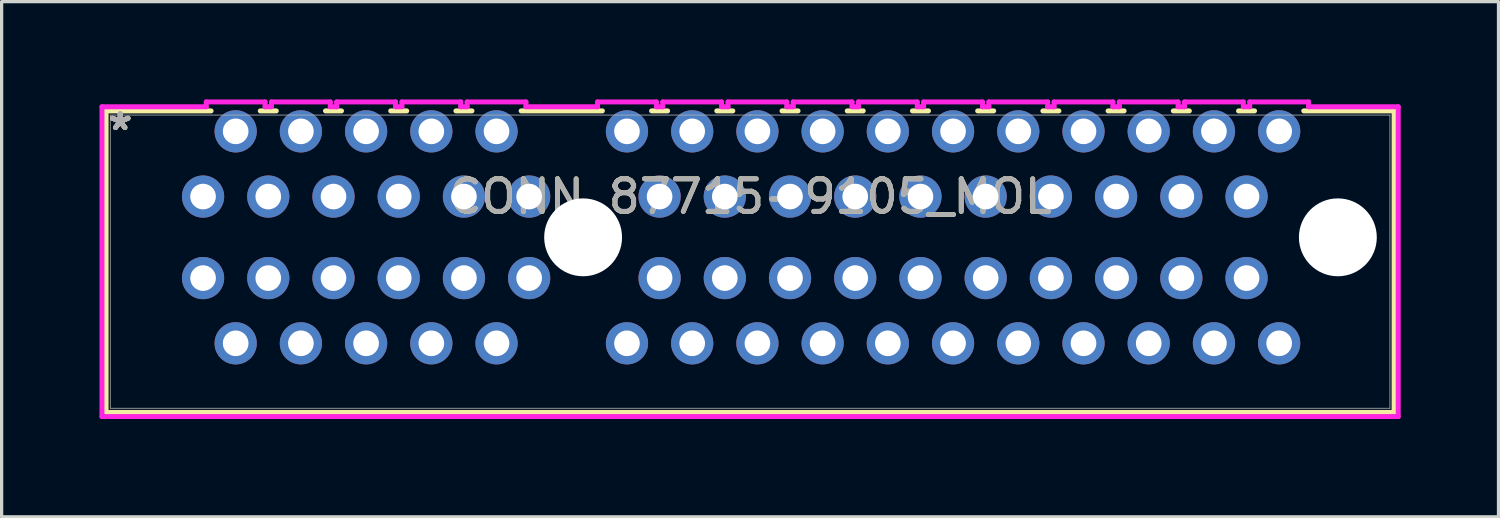
<source format=kicad_pcb>
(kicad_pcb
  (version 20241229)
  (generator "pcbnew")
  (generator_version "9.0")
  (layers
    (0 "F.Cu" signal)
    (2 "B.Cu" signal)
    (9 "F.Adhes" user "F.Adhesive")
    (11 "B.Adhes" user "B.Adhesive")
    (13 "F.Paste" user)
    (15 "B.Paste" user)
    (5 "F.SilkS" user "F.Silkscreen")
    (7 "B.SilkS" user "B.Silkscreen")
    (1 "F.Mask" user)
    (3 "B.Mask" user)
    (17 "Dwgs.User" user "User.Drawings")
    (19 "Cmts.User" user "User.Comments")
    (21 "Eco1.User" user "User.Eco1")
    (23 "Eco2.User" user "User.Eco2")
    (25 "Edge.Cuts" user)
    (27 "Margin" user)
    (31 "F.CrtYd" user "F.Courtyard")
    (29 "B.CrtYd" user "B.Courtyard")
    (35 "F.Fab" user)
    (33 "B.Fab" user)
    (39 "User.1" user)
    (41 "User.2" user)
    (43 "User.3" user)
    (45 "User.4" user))
  (footprint "CONN_87715-9105_MOL"
    (layer "F.Cu")
    (at 3.177 2.978)
    (property "Reference" "CONN_87715-9105_MOL" (at 16.775 0 0) (unlocked yes) (layer "F.SilkS") (effects (font (size 1 1) (thickness 0.15))))
    (attr through_hole)
    (fp_line (start -2.973 -2.627) (end -2.973 6.619) (stroke (width 0.152) (type solid)) (layer "F.SilkS"))
    (fp_line (start -2.973 6.619) (end 36.524 6.619) (stroke (width 0.152) (type solid)) (layer "F.SilkS"))
    (fp_line (start 0.246 -2.627) (end -2.973 -2.627) (stroke (width 0.152) (type solid)) (layer "F.SilkS"))
    (fp_line (start 2.246 -2.627) (end 1.754 -2.627) (stroke (width 0.152) (type solid)) (layer "F.SilkS"))
    (fp_line (start 4.246 -2.627) (end 3.754 -2.627) (stroke (width 0.152) (type solid)) (layer "F.SilkS"))
    (fp_line (start 6.246 -2.627) (end 5.754 -2.627) (stroke (width 0.152) (type solid)) (layer "F.SilkS"))
    (fp_line (start 8.246 -2.627) (end 7.754 -2.627) (stroke (width 0.152) (type solid)) (layer "F.SilkS"))
    (fp_line (start 12.246 -2.627) (end 9.754 -2.627) (stroke (width 0.152) (type solid)) (layer "F.SilkS"))
    (fp_line (start 14.246 -2.627) (end 13.754 -2.627) (stroke (width 0.152) (type solid)) (layer "F.SilkS"))
    (fp_line (start 16.246 -2.627) (end 15.754 -2.627) (stroke (width 0.152) (type solid)) (layer "F.SilkS"))
    (fp_line (start 18.246 -2.627) (end 17.754 -2.627) (stroke (width 0.152) (type solid)) (layer "F.SilkS"))
    (fp_line (start 20.246 -2.627) (end 19.754 -2.627) (stroke (width 0.152) (type solid)) (layer "F.SilkS"))
    (fp_line (start 22.246 -2.627) (end 21.754 -2.627) (stroke (width 0.152) (type solid)) (layer "F.SilkS"))
    (fp_line (start 24.246 -2.627) (end 23.754 -2.627) (stroke (width 0.152) (type solid)) (layer "F.SilkS"))
    (fp_line (start 26.246 -2.627) (end 25.754 -2.627) (stroke (width 0.152) (type solid)) (layer "F.SilkS"))
    (fp_line (start 28.246 -2.627) (end 27.754 -2.627) (stroke (width 0.152) (type solid)) (layer "F.SilkS"))
    (fp_line (start 30.246 -2.627) (end 29.754 -2.627) (stroke (width 0.152) (type solid)) (layer "F.SilkS"))
    (fp_line (start 32.246 -2.627) (end 31.754 -2.627) (stroke (width 0.152) (type solid)) (layer "F.SilkS"))
    (fp_line (start 36.524 -2.627) (end 33.754 -2.627) (stroke (width 0.152) (type solid)) (layer "F.SilkS"))
    (fp_line (start 36.524 6.619) (end 36.524 -2.627) (stroke (width 0.152) (type solid)) (layer "F.SilkS"))
    (fp_line (start -3.1 -2.754) (end -3.1 6.746) (stroke (width 0.152) (type solid)) (layer "F.CrtYd"))
    (fp_line (start -3.1 6.746) (end 36.651 6.746) (stroke (width 0.152) (type solid)) (layer "F.CrtYd"))
    (fp_line (start 0.098 -2.902) (end 0.098 -2.754) (stroke (width 0.152) (type solid)) (layer "F.CrtYd"))
    (fp_line (start 0.098 -2.754) (end -3.1 -2.754) (stroke (width 0.152) (type solid)) (layer "F.CrtYd"))
    (fp_line (start 1.902 -2.902) (end 0.098 -2.902) (stroke (width 0.152) (type solid)) (layer "F.CrtYd"))
    (fp_line (start 1.902 -2.754) (end 1.902 -2.902) (stroke (width 0.152) (type solid)) (layer "F.CrtYd"))
    (fp_line (start 2.098 -2.902) (end 2.098 -2.754) (stroke (width 0.152) (type solid)) (layer "F.CrtYd"))
    (fp_line (start 2.098 -2.754) (end 1.902 -2.754) (stroke (width 0.152) (type solid)) (layer "F.CrtYd"))
    (fp_line (start 3.902 -2.902) (end 2.098 -2.902) (stroke (width 0.152) (type solid)) (layer "F.CrtYd"))
    (fp_line (start 3.902 -2.754) (end 3.902 -2.902) (stroke (width 0.152) (type solid)) (layer "F.CrtYd"))
    (fp_line (start 4.098 -2.902) (end 4.098 -2.754) (stroke (width 0.152) (type solid)) (layer "F.CrtYd"))
    (fp_line (start 4.098 -2.754) (end 3.902 -2.754) (stroke (width 0.152) (type solid)) (layer "F.CrtYd"))
    (fp_line (start 5.902 -2.902) (end 4.098 -2.902) (stroke (width 0.152) (type solid)) (layer "F.CrtYd"))
    (fp_line (start 5.902 -2.754) (end 5.902 -2.902) (stroke (width 0.152) (type solid)) (layer "F.CrtYd"))
    (fp_line (start 6.098 -2.902) (end 6.098 -2.754) (stroke (width 0.152) (type solid)) (layer "F.CrtYd"))
    (fp_line (start 6.098 -2.754) (end 5.902 -2.754) (stroke (width 0.152) (type solid)) (layer "F.CrtYd"))
    (fp_line (start 7.902 -2.902) (end 6.098 -2.902) (stroke (width 0.152) (type solid)) (layer "F.CrtYd"))
    (fp_line (start 7.902 -2.754) (end 7.902 -2.902) (stroke (width 0.152) (type solid)) (layer "F.CrtYd"))
    (fp_line (start 8.098 -2.902) (end 8.098 -2.754) (stroke (width 0.152) (type solid)) (layer "F.CrtYd"))
    (fp_line (start 8.098 -2.754) (end 7.902 -2.754) (stroke (width 0.152) (type solid)) (layer "F.CrtYd"))
    (fp_line (start 9.902 -2.902) (end 8.098 -2.902) (stroke (width 0.152) (type solid)) (layer "F.CrtYd"))
    (fp_line (start 9.902 -2.754) (end 9.902 -2.902) (stroke (width 0.152) (type solid)) (layer "F.CrtYd"))
    (fp_line (start 12.098 -2.902) (end 12.098 -2.754) (stroke (width 0.152) (type solid)) (layer "F.CrtYd"))
    (fp_line (start 12.098 -2.754) (end 9.902 -2.754) (stroke (width 0.152) (type solid)) (layer "F.CrtYd"))
    (fp_line (start 13.902 -2.902) (end 12.098 -2.902) (stroke (width 0.152) (type solid)) (layer "F.CrtYd"))
    (fp_line (start 13.902 -2.754) (end 13.902 -2.902) (stroke (width 0.152) (type solid)) (layer "F.CrtYd"))
    (fp_line (start 14.098 -2.902) (end 14.098 -2.754) (stroke (width 0.152) (type solid)) (layer "F.CrtYd"))
    (fp_line (start 14.098 -2.754) (end 13.902 -2.754) (stroke (width 0.152) (type solid)) (layer "F.CrtYd"))
    (fp_line (start 15.902 -2.902) (end 14.098 -2.902) (stroke (width 0.152) (type solid)) (layer "F.CrtYd"))
    (fp_line (start 15.902 -2.754) (end 15.902 -2.902) (stroke (width 0.152) (type solid)) (layer "F.CrtYd"))
    (fp_line (start 16.098 -2.902) (end 16.098 -2.754) (stroke (width 0.152) (type solid)) (layer "F.CrtYd"))
    (fp_line (start 16.098 -2.754) (end 15.902 -2.754) (stroke (width 0.152) (type solid)) (layer "F.CrtYd"))
    (fp_line (start 17.902 -2.902) (end 16.098 -2.902) (stroke (width 0.152) (type solid)) (layer "F.CrtYd"))
    (fp_line (start 17.902 -2.754) (end 17.902 -2.902) (stroke (width 0.152) (type solid)) (layer "F.CrtYd"))
    (fp_line (start 18.098 -2.902) (end 18.098 -2.754) (stroke (width 0.152) (type solid)) (layer "F.CrtYd"))
    (fp_line (start 18.098 -2.754) (end 17.902 -2.754) (stroke (width 0.152) (type solid)) (layer "F.CrtYd"))
    (fp_line (start 19.902 -2.902) (end 18.098 -2.902) (stroke (width 0.152) (type solid)) (layer "F.CrtYd"))
    (fp_line (start 19.902 -2.754) (end 19.902 -2.902) (stroke (width 0.152) (type solid)) (layer "F.CrtYd"))
    (fp_line (start 20.098 -2.902) (end 20.098 -2.754) (stroke (width 0.152) (type solid)) (layer "F.CrtYd"))
    (fp_line (start 20.098 -2.754) (end 19.902 -2.754) (stroke (width 0.152) (type solid)) (layer "F.CrtYd"))
    (fp_line (start 21.902 -2.902) (end 20.098 -2.902) (stroke (width 0.152) (type solid)) (layer "F.CrtYd"))
    (fp_line (start 21.902 -2.754) (end 21.902 -2.902) (stroke (width 0.152) (type solid)) (layer "F.CrtYd"))
    (fp_line (start 22.098 -2.902) (end 22.098 -2.754) (stroke (width 0.152) (type solid)) (layer "F.CrtYd"))
    (fp_line (start 22.098 -2.754) (end 21.902 -2.754) (stroke (width 0.152) (type solid)) (layer "F.CrtYd"))
    (fp_line (start 23.902 -2.902) (end 22.098 -2.902) (stroke (width 0.152) (type solid)) (layer "F.CrtYd"))
    (fp_line (start 23.902 -2.754) (end 23.902 -2.902) (stroke (width 0.152) (type solid)) (layer "F.CrtYd"))
    (fp_line (start 24.098 -2.902) (end 24.098 -2.754) (stroke (width 0.152) (type solid)) (layer "F.CrtYd"))
    (fp_line (start 24.098 -2.754) (end 23.902 -2.754) (stroke (width 0.152) (type solid)) (layer "F.CrtYd"))
    (fp_line (start 25.902 -2.902) (end 24.098 -2.902) (stroke (width 0.152) (type solid)) (layer "F.CrtYd"))
    (fp_line (start 25.902 -2.754) (end 25.902 -2.902) (stroke (width 0.152) (type solid)) (layer "F.CrtYd"))
    (fp_line (start 26.098 -2.902) (end 26.098 -2.754) (stroke (width 0.152) (type solid)) (layer "F.CrtYd"))
    (fp_line (start 26.098 -2.754) (end 25.902 -2.754) (stroke (width 0.152) (type solid)) (layer "F.CrtYd"))
    (fp_line (start 27.902 -2.902) (end 26.098 -2.902) (stroke (width 0.152) (type solid)) (layer "F.CrtYd"))
    (fp_line (start 27.902 -2.754) (end 27.902 -2.902) (stroke (width 0.152) (type solid)) (layer "F.CrtYd"))
    (fp_line (start 28.098 -2.902) (end 28.098 -2.754) (stroke (width 0.152) (type solid)) (layer "F.CrtYd"))
    (fp_line (start 28.098 -2.754) (end 27.902 -2.754) (stroke (width 0.152) (type solid)) (layer "F.CrtYd"))
    (fp_line (start 29.902 -2.902) (end 28.098 -2.902) (stroke (width 0.152) (type solid)) (layer "F.CrtYd"))
    (fp_line (start 29.902 -2.754) (end 29.902 -2.902) (stroke (width 0.152) (type solid)) (layer "F.CrtYd"))
    (fp_line (start 30.098 -2.902) (end 30.098 -2.754) (stroke (width 0.152) (type solid)) (layer "F.CrtYd"))
    (fp_line (start 30.098 -2.754) (end 29.902 -2.754) (stroke (width 0.152) (type solid)) (layer "F.CrtYd"))
    (fp_line (start 31.902 -2.902) (end 30.098 -2.902) (stroke (width 0.152) (type solid)) (layer "F.CrtYd"))
    (fp_line (start 31.902 -2.754) (end 31.902 -2.902) (stroke (width 0.152) (type solid)) (layer "F.CrtYd"))
    (fp_line (start 32.098 -2.902) (end 32.098 -2.754) (stroke (width 0.152) (type solid)) (layer "F.CrtYd"))
    (fp_line (start 32.098 -2.754) (end 31.902 -2.754) (stroke (width 0.152) (type solid)) (layer "F.CrtYd"))
    (fp_line (start 33.902 -2.902) (end 32.098 -2.902) (stroke (width 0.152) (type solid)) (layer "F.CrtYd"))
    (fp_line (start 33.902 -2.754) (end 33.902 -2.902) (stroke (width 0.152) (type solid)) (layer "F.CrtYd"))
    (fp_line (start 36.651 -2.754) (end 33.902 -2.754) (stroke (width 0.152) (type solid)) (layer "F.CrtYd"))
    (fp_line (start 36.651 6.746) (end 36.651 -2.754) (stroke (width 0.152) (type solid)) (layer "F.CrtYd"))
    (fp_line (start -2.846 -2.5) (end -2.846 6.492) (stroke (width 0.025) (type solid)) (layer "F.Fab"))
    (fp_line (start -2.846 6.492) (end 36.397 6.492) (stroke (width 0.025) (type solid)) (layer "F.Fab"))
    (fp_line (start 16.775 -2.5) (end 16.775 -2.5) (stroke (width 0.025) (type solid)) (layer "F.Fab"))
    (fp_line (start 16.775 -2.5) (end 16.775 -2.5) (stroke (width 0.025) (type solid)) (layer "F.Fab"))
    (fp_line (start 16.775 -2.5) (end 16.775 -2.5) (stroke (width 0.025) (type solid)) (layer "F.Fab"))
    (fp_line (start 16.775 -2.5) (end 16.775 -2.5) (stroke (width 0.025) (type solid)) (layer "F.Fab"))
    (fp_line (start 36.397 -2.5) (end -2.846 -2.5) (stroke (width 0.025) (type solid)) (layer "F.Fab"))
    (fp_line (start 36.397 6.492) (end 36.397 -2.5) (stroke (width 0.025) (type solid)) (layer "F.Fab"))
    (fp_text user "*" (at -2.54 -2 0) (layer "F.SilkS") (effects (font (size 1 1) (thickness 0.15))))
    (fp_text user "*" (at -2.54 -2 0) (unlocked yes) (layer "F.SilkS") (effects (font (size 1 1) (thickness 0.15))))
    (fp_text user "*" (at -2.54 -2 0) (layer "F.Fab") (effects (font (size 1 1) (thickness 0.15))))
    (fp_text user "${REFERENCE}" (at 16.775 0 0) (unlocked yes) (layer "F.Fab") (effects (font (size 1 1) (thickness 0.15))))
    (fp_text user "*" (at -2.54 -2 0) (unlocked yes) (layer "F.Fab") (effects (font (size 1 1) (thickness 0.15))))
    (pad "" np_thru_hole circle (at 11.655 1.25) (size 2.388 2.388) (drill 2.388) (layers "*.Cu" "*.Mask"))
    (pad "" np_thru_hole circle (at 34.8 1.25) (size 2.388 2.388) (drill 2.388) (layers "*.Cu" "*.Mask"))
    (pad "A1" thru_hole circle (at 0 0) (size 1.295 1.295) (drill 0.787) (layers "*.Cu" "*.Mask"))
    (pad "A2" thru_hole circle (at 1 -2) (size 1.295 1.295) (drill 0.787) (layers "*.Cu" "*.Mask"))
    (pad "A3" thru_hole circle (at 2 0) (size 1.295 1.295) (drill 0.787) (layers "*.Cu" "*.Mask"))
    (pad "A4" thru_hole circle (at 3 -2) (size 1.295 1.295) (drill 0.787) (layers "*.Cu" "*.Mask"))
    (pad "A5" thru_hole circle (at 4 0) (size 1.295 1.295) (drill 0.787) (layers "*.Cu" "*.Mask"))
    (pad "A6" thru_hole circle (at 5 -2) (size 1.295 1.295) (drill 0.787) (layers "*.Cu" "*.Mask"))
    (pad "A7" thru_hole circle (at 6 0) (size 1.295 1.295) (drill 0.787) (layers "*.Cu" "*.Mask"))
    (pad "A8" thru_hole circle (at 7 -2) (size 1.295 1.295) (drill 0.787) (layers "*.Cu" "*.Mask"))
    (pad "A9" thru_hole circle (at 8 0) (size 1.295 1.295) (drill 0.787) (layers "*.Cu" "*.Mask"))
    (pad "A10" thru_hole circle (at 9 -2) (size 1.295 1.295) (drill 0.787) (layers "*.Cu" "*.Mask"))
    (pad "A11" thru_hole circle (at 10 0) (size 1.295 1.295) (drill 0.787) (layers "*.Cu" "*.Mask"))
    (pad "A12" thru_hole circle (at 13 -2) (size 1.295 1.295) (drill 0.787) (layers "*.Cu" "*.Mask"))
    (pad "A13" thru_hole circle (at 14 0) (size 1.295 1.295) (drill 0.787) (layers "*.Cu" "*.Mask"))
    (pad "A14" thru_hole circle (at 15 -2) (size 1.295 1.295) (drill 0.787) (layers "*.Cu" "*.Mask"))
    (pad "A15" thru_hole circle (at 16 0) (size 1.295 1.295) (drill 0.787) (layers "*.Cu" "*.Mask"))
    (pad "A16" thru_hole circle (at 17 -2) (size 1.295 1.295) (drill 0.787) (layers "*.Cu" "*.Mask"))
    (pad "A17" thru_hole circle (at 18 0) (size 1.295 1.295) (drill 0.787) (layers "*.Cu" "*.Mask"))
    (pad "A18" thru_hole circle (at 19 -2) (size 1.295 1.295) (drill 0.787) (layers "*.Cu" "*.Mask"))
    (pad "A19" thru_hole circle (at 20 0) (size 1.295 1.295) (drill 0.787) (layers "*.Cu" "*.Mask"))
    (pad "A20" thru_hole circle (at 21 -2) (size 1.295 1.295) (drill 0.787) (layers "*.Cu" "*.Mask"))
    (pad "A21" thru_hole circle (at 22 0) (size 1.295 1.295) (drill 0.787) (layers "*.Cu" "*.Mask"))
    (pad "A22" thru_hole circle (at 23 -2) (size 1.295 1.295) (drill 0.787) (layers "*.Cu" "*.Mask"))
    (pad "A23" thru_hole circle (at 24 0) (size 1.295 1.295) (drill 0.787) (layers "*.Cu" "*.Mask"))
    (pad "A24" thru_hole circle (at 25 -2) (size 1.295 1.295) (drill 0.787) (layers "*.Cu" "*.Mask"))
    (pad "A25" thru_hole circle (at 26 0) (size 1.295 1.295) (drill 0.787) (layers "*.Cu" "*.Mask"))
    (pad "A26" thru_hole circle (at 27 -2) (size 1.295 1.295) (drill 0.787) (layers "*.Cu" "*.Mask"))
    (pad "A27" thru_hole circle (at 28 0) (size 1.295 1.295) (drill 0.787) (layers "*.Cu" "*.Mask"))
    (pad "A28" thru_hole circle (at 29 -2) (size 1.295 1.295) (drill 0.787) (layers "*.Cu" "*.Mask"))
    (pad "A29" thru_hole circle (at 30 0) (size 1.295 1.295) (drill 0.787) (layers "*.Cu" "*.Mask"))
    (pad "A30" thru_hole circle (at 31 -2) (size 1.295 1.295) (drill 0.787) (layers "*.Cu" "*.Mask"))
    (pad "A31" thru_hole circle (at 32 0) (size 1.295 1.295) (drill 0.787) (layers "*.Cu" "*.Mask"))
    (pad "A32" thru_hole circle (at 33 -2) (size 1.295 1.295) (drill 0.787) (layers "*.Cu" "*.Mask"))
    (pad "B1" thru_hole circle (at 0 2.5) (size 1.295 1.295) (drill 0.787) (layers "*.Cu" "*.Mask"))
    (pad "B2" thru_hole circle (at 1 4.5) (size 1.295 1.295) (drill 0.787) (layers "*.Cu" "*.Mask"))
    (pad "B3" thru_hole circle (at 2 2.5) (size 1.295 1.295) (drill 0.787) (layers "*.Cu" "*.Mask"))
    (pad "B4" thru_hole circle (at 3 4.5) (size 1.295 1.295) (drill 0.787) (layers "*.Cu" "*.Mask"))
    (pad "B5" thru_hole circle (at 4 2.5) (size 1.295 1.295) (drill 0.787) (layers "*.Cu" "*.Mask"))
    (pad "B6" thru_hole circle (at 5 4.5) (size 1.295 1.295) (drill 0.787) (layers "*.Cu" "*.Mask"))
    (pad "B7" thru_hole circle (at 6 2.5) (size 1.295 1.295) (drill 0.787) (layers "*.Cu" "*.Mask"))
    (pad "B8" thru_hole circle (at 7 4.5) (size 1.295 1.295) (drill 0.787) (layers "*.Cu" "*.Mask"))
    (pad "B9" thru_hole circle (at 8 2.5) (size 1.295 1.295) (drill 0.787) (layers "*.Cu" "*.Mask"))
    (pad "B10" thru_hole circle (at 9 4.5) (size 1.295 1.295) (drill 0.787) (layers "*.Cu" "*.Mask"))
    (pad "B11" thru_hole circle (at 10 2.5) (size 1.295 1.295) (drill 0.787) (layers "*.Cu" "*.Mask"))
    (pad "B12" thru_hole circle (at 13 4.5) (size 1.295 1.295) (drill 0.787) (layers "*.Cu" "*.Mask"))
    (pad "B13" thru_hole circle (at 14 2.5) (size 1.295 1.295) (drill 0.787) (layers "*.Cu" "*.Mask"))
    (pad "B14" thru_hole circle (at 15 4.5) (size 1.295 1.295) (drill 0.787) (layers "*.Cu" "*.Mask"))
    (pad "B15" thru_hole circle (at 16 2.5) (size 1.295 1.295) (drill 0.787) (layers "*.Cu" "*.Mask"))
    (pad "B16" thru_hole circle (at 17 4.5) (size 1.295 1.295) (drill 0.787) (layers "*.Cu" "*.Mask"))
    (pad "B17" thru_hole circle (at 18 2.5) (size 1.295 1.295) (drill 0.787) (layers "*.Cu" "*.Mask"))
    (pad "B18" thru_hole circle (at 19 4.5) (size 1.295 1.295) (drill 0.787) (layers "*.Cu" "*.Mask"))
    (pad "B19" thru_hole circle (at 20 2.5) (size 1.295 1.295) (drill 0.787) (layers "*.Cu" "*.Mask"))
    (pad "B20" thru_hole circle (at 21 4.5) (size 1.295 1.295) (drill 0.787) (layers "*.Cu" "*.Mask"))
    (pad "B21" thru_hole circle (at 22 2.5) (size 1.295 1.295) (drill 0.787) (layers "*.Cu" "*.Mask"))
    (pad "B22" thru_hole circle (at 23 4.5) (size 1.295 1.295) (drill 0.787) (layers "*.Cu" "*.Mask"))
    (pad "B23" thru_hole circle (at 24 2.5) (size 1.295 1.295) (drill 0.787) (layers "*.Cu" "*.Mask"))
    (pad "B24" thru_hole circle (at 25 4.5) (size 1.295 1.295) (drill 0.787) (layers "*.Cu" "*.Mask"))
    (pad "B25" thru_hole circle (at 26 2.5) (size 1.295 1.295) (drill 0.787) (layers "*.Cu" "*.Mask"))
    (pad "B26" thru_hole circle (at 27 4.5) (size 1.295 1.295) (drill 0.787) (layers "*.Cu" "*.Mask"))
    (pad "B27" thru_hole circle (at 28 2.5) (size 1.295 1.295) (drill 0.787) (layers "*.Cu" "*.Mask"))
    (pad "B28" thru_hole circle (at 29 4.5) (size 1.295 1.295) (drill 0.787) (layers "*.Cu" "*.Mask"))
    (pad "B29" thru_hole circle (at 30 2.5) (size 1.295 1.295) (drill 0.787) (layers "*.Cu" "*.Mask"))
    (pad "B30" thru_hole circle (at 31 4.5) (size 1.295 1.295) (drill 0.787) (layers "*.Cu" "*.Mask"))
    (pad "B31" thru_hole circle (at 32 2.5) (size 1.295 1.295) (drill 0.787) (layers "*.Cu" "*.Mask"))
    (pad "B32" thru_hole circle (at 33 4.5) (size 1.295 1.295) (drill 0.787) (layers "*.Cu" "*.Mask")))
  (gr_rect
    (start -3 -3)
    (end 42.903 12.8)
    (stroke (width 0.1) (type default))
    (fill no)
    (layer "Edge.Cuts")))
</source>
